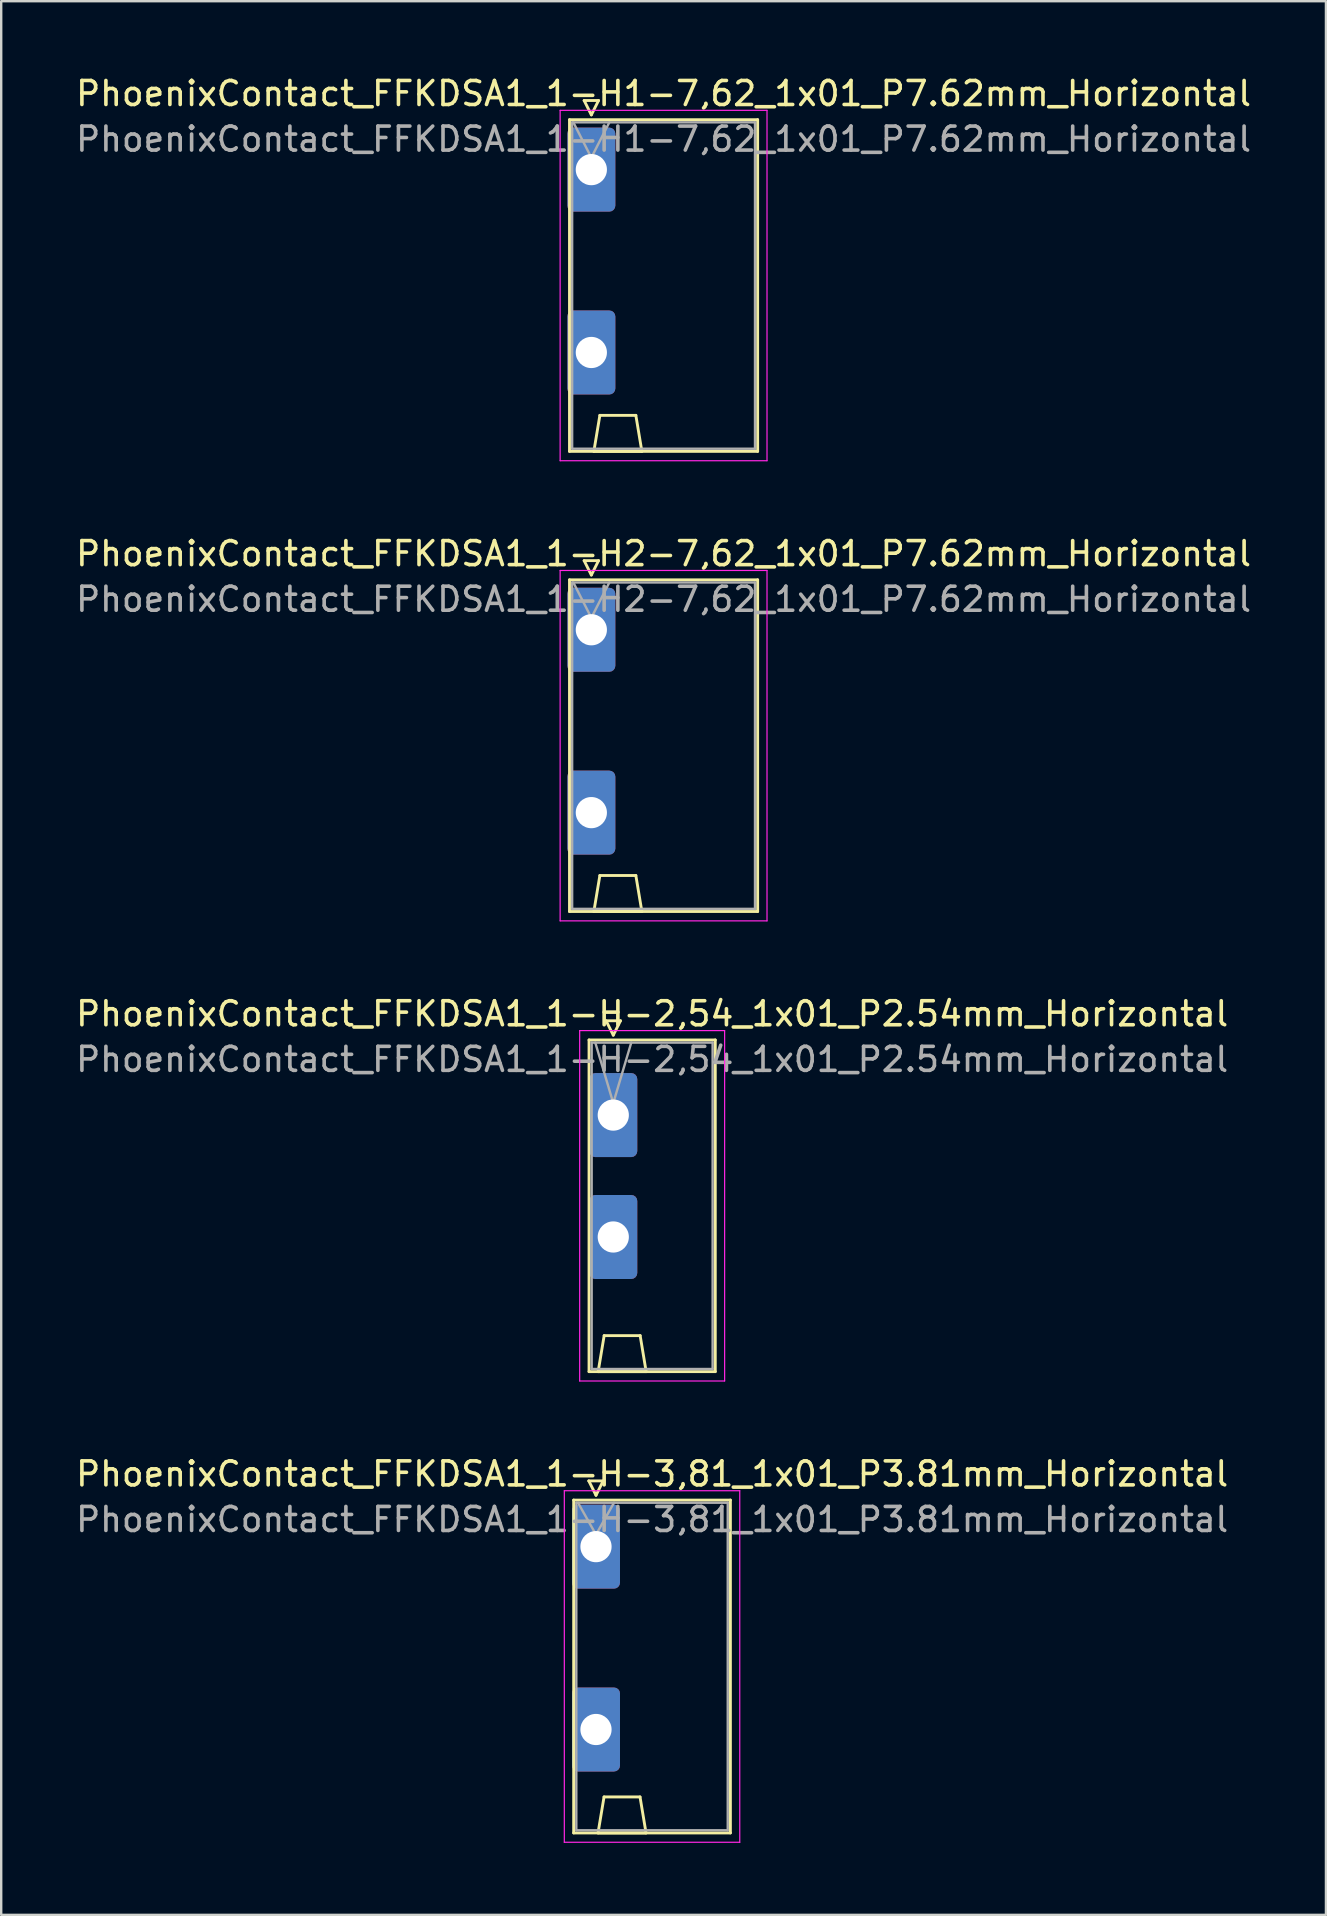
<source format=kicad_pcb>
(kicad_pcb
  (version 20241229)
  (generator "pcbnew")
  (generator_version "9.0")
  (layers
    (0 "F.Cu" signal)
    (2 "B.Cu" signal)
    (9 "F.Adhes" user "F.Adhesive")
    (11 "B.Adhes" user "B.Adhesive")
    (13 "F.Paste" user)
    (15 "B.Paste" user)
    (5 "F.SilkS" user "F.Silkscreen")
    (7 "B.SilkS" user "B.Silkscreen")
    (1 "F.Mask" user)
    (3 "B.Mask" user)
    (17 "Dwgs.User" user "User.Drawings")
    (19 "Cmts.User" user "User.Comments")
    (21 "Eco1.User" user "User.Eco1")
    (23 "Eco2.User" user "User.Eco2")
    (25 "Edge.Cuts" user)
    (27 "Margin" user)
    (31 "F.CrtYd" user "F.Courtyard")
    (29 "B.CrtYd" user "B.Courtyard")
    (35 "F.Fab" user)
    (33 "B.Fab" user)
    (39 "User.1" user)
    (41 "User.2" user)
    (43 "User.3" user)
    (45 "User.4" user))
  (footprint "PhoenixContact_FFKDSA1_1-H2-7,62_1x01_P7.62mm_Horizontal"
    (layer "F.Cu")
    (at 21.591 23.192)
    (property "Reference" "PhoenixContact_FFKDSA1_1-H2-7,62_1x01_P7.62mm_Horizontal" (at 3.01 -3.17 0) (layer "F.SilkS") (effects (font (size 1 1) (thickness 0.15))))
    (attr through_hole)
    (fp_line (start -0.91 -2.08) (end -0.91 11.74) (stroke (width 0.12) (type solid)) (layer "F.SilkS"))
    (fp_line (start -0.91 11.74) (end 6.93 11.74) (stroke (width 0.12) (type solid)) (layer "F.SilkS"))
    (fp_line (start -0.3 -2.88) (end 0.3 -2.88) (stroke (width 0.12) (type solid)) (layer "F.SilkS"))
    (fp_line (start 0 -2.28) (end -0.3 -2.88) (stroke (width 0.12) (type solid)) (layer "F.SilkS"))
    (fp_line (start 0.105 11.74) (end 2.105 11.74) (stroke (width 0.12) (type solid)) (layer "F.SilkS"))
    (fp_line (start 0.3 -2.88) (end 0 -2.28) (stroke (width 0.12) (type solid)) (layer "F.SilkS"))
    (fp_line (start 0.355 10.24) (end 0.105 11.74) (stroke (width 0.12) (type solid)) (layer "F.SilkS"))
    (fp_line (start 1.855 10.24) (end 0.355 10.24) (stroke (width 0.12) (type solid)) (layer "F.SilkS"))
    (fp_line (start 2.105 11.74) (end 1.855 10.24) (stroke (width 0.12) (type solid)) (layer "F.SilkS"))
    (fp_line (start 6.93 -2.08) (end -0.91 -2.08) (stroke (width 0.12) (type solid)) (layer "F.SilkS"))
    (fp_line (start 6.93 11.74) (end 6.93 -2.08) (stroke (width 0.12) (type solid)) (layer "F.SilkS"))
    (fp_line (start -1.3 -2.47) (end -1.3 12.13) (stroke (width 0.05) (type solid)) (layer "F.CrtYd"))
    (fp_line (start -1.3 12.13) (end 7.32 12.13) (stroke (width 0.05) (type solid)) (layer "F.CrtYd"))
    (fp_line (start 7.32 -2.47) (end -1.3 -2.47) (stroke (width 0.05) (type solid)) (layer "F.CrtYd"))
    (fp_line (start 7.32 12.13) (end 7.32 -2.47) (stroke (width 0.05) (type solid)) (layer "F.CrtYd"))
    (fp_line (start -0.8 -1.97) (end -0.8 11.63) (stroke (width 0.1) (type solid)) (layer "F.Fab"))
    (fp_line (start -0.8 11.63) (end 6.82 11.63) (stroke (width 0.1) (type solid)) (layer "F.Fab"))
    (fp_line (start 0 -0.5) (end -0.75 -1.97) (stroke (width 0.1) (type solid)) (layer "F.Fab"))
    (fp_line (start 0.75 -1.97) (end 0 -0.5) (stroke (width 0.1) (type solid)) (layer "F.Fab"))
    (fp_line (start 6.82 -1.97) (end -0.8 -1.97) (stroke (width 0.1) (type solid)) (layer "F.Fab"))
    (fp_line (start 6.82 11.63) (end 6.82 -1.97) (stroke (width 0.1) (type solid)) (layer "F.Fab"))
    (fp_text user "${REFERENCE}" (at 3.01 -1.27 0) (layer "F.Fab") (effects (font (size 1 1) (thickness 0.15))))
    (pad "1" thru_hole roundrect (at 0 0) (size 2 3.5) (drill 1.3) (layers "*.Cu" "*.Mask") (roundrect_rratio 0.125))
    (pad "1" thru_hole roundrect (at 0 7.62) (size 2 3.5) (drill 1.3) (layers "*.Cu" "*.Mask") (roundrect_rratio 0.125)))
  (footprint "PhoenixContact_FFKDSA1_1-H-3,81_1x01_P3.81mm_Horizontal"
    (layer "F.Cu")
    (at 21.785 61.398)
    (property "Reference" "PhoenixContact_FFKDSA1_1-H-3,81_1x01_P3.81mm_Horizontal" (at 2.34 -3.03 0) (layer "F.SilkS") (effects (font (size 1 1) (thickness 0.15))))
    (attr through_hole)
    (fp_line (start -0.93 -1.94) (end -0.93 11.93) (stroke (width 0.12) (type solid)) (layer "F.SilkS"))
    (fp_line (start -0.93 11.93) (end 5.6 11.93) (stroke (width 0.12) (type solid)) (layer "F.SilkS"))
    (fp_line (start -0.3 -2.74) (end 0.3 -2.74) (stroke (width 0.12) (type solid)) (layer "F.SilkS"))
    (fp_line (start 0 -2.14) (end -0.3 -2.74) (stroke (width 0.12) (type solid)) (layer "F.SilkS"))
    (fp_line (start 0.085 11.93) (end 2.085 11.93) (stroke (width 0.12) (type solid)) (layer "F.SilkS"))
    (fp_line (start 0.3 -2.74) (end 0 -2.14) (stroke (width 0.12) (type solid)) (layer "F.SilkS"))
    (fp_line (start 0.335 10.43) (end 0.085 11.93) (stroke (width 0.12) (type solid)) (layer "F.SilkS"))
    (fp_line (start 1.835 10.43) (end 0.335 10.43) (stroke (width 0.12) (type solid)) (layer "F.SilkS"))
    (fp_line (start 2.085 11.93) (end 1.835 10.43) (stroke (width 0.12) (type solid)) (layer "F.SilkS"))
    (fp_line (start 5.6 -1.94) (end -0.93 -1.94) (stroke (width 0.12) (type solid)) (layer "F.SilkS"))
    (fp_line (start 5.6 11.93) (end 5.6 -1.94) (stroke (width 0.12) (type solid)) (layer "F.SilkS"))
    (fp_line (start -1.32 -2.33) (end -1.32 12.32) (stroke (width 0.05) (type solid)) (layer "F.CrtYd"))
    (fp_line (start -1.32 12.32) (end 5.99 12.32) (stroke (width 0.05) (type solid)) (layer "F.CrtYd"))
    (fp_line (start 5.99 -2.33) (end -1.32 -2.33) (stroke (width 0.05) (type solid)) (layer "F.CrtYd"))
    (fp_line (start 5.99 12.32) (end 5.99 -2.33) (stroke (width 0.05) (type solid)) (layer "F.CrtYd"))
    (fp_line (start -0.82 -1.83) (end -0.82 11.82) (stroke (width 0.1) (type solid)) (layer "F.Fab"))
    (fp_line (start -0.82 11.82) (end 5.49 11.82) (stroke (width 0.1) (type solid)) (layer "F.Fab"))
    (fp_line (start 0 -0.5) (end -0.75 -1.83) (stroke (width 0.1) (type solid)) (layer "F.Fab"))
    (fp_line (start 0.75 -1.83) (end 0 -0.5) (stroke (width 0.1) (type solid)) (layer "F.Fab"))
    (fp_line (start 5.49 -1.83) (end -0.82 -1.83) (stroke (width 0.1) (type solid)) (layer "F.Fab"))
    (fp_line (start 5.49 11.82) (end 5.49 -1.83) (stroke (width 0.1) (type solid)) (layer "F.Fab"))
    (fp_text user "${REFERENCE}" (at 2.34 -1.13 0) (layer "F.Fab") (effects (font (size 1 1) (thickness 0.15))))
    (pad "1" thru_hole roundrect (at 0 0) (size 2 3.5) (drill 1.3) (layers "*.Cu" "*.Mask") (roundrect_rratio 0.125))
    (pad "1" thru_hole roundrect (at 0 7.62) (size 2 3.5) (drill 1.3) (layers "*.Cu" "*.Mask") (roundrect_rratio 0.125)))
  (footprint "PhoenixContact_FFKDSA1_1-H1-7,62_1x01_P7.62mm_Horizontal"
    (layer "F.Cu")
    (at 21.591 4.018)
    (property "Reference" "PhoenixContact_FFKDSA1_1-H1-7,62_1x01_P7.62mm_Horizontal" (at 3.01 -3.17 0) (layer "F.SilkS") (effects (font (size 1 1) (thickness 0.15))))
    (attr through_hole)
    (fp_line (start -0.91 -2.08) (end -0.91 11.74) (stroke (width 0.12) (type solid)) (layer "F.SilkS"))
    (fp_line (start -0.91 11.74) (end 6.93 11.74) (stroke (width 0.12) (type solid)) (layer "F.SilkS"))
    (fp_line (start -0.3 -2.88) (end 0.3 -2.88) (stroke (width 0.12) (type solid)) (layer "F.SilkS"))
    (fp_line (start 0 -2.28) (end -0.3 -2.88) (stroke (width 0.12) (type solid)) (layer "F.SilkS"))
    (fp_line (start 0.105 11.74) (end 2.105 11.74) (stroke (width 0.12) (type solid)) (layer "F.SilkS"))
    (fp_line (start 0.3 -2.88) (end 0 -2.28) (stroke (width 0.12) (type solid)) (layer "F.SilkS"))
    (fp_line (start 0.355 10.24) (end 0.105 11.74) (stroke (width 0.12) (type solid)) (layer "F.SilkS"))
    (fp_line (start 1.855 10.24) (end 0.355 10.24) (stroke (width 0.12) (type solid)) (layer "F.SilkS"))
    (fp_line (start 2.105 11.74) (end 1.855 10.24) (stroke (width 0.12) (type solid)) (layer "F.SilkS"))
    (fp_line (start 6.93 -2.08) (end -0.91 -2.08) (stroke (width 0.12) (type solid)) (layer "F.SilkS"))
    (fp_line (start 6.93 11.74) (end 6.93 -2.08) (stroke (width 0.12) (type solid)) (layer "F.SilkS"))
    (fp_line (start -1.3 -2.47) (end -1.3 12.13) (stroke (width 0.05) (type solid)) (layer "F.CrtYd"))
    (fp_line (start -1.3 12.13) (end 7.32 12.13) (stroke (width 0.05) (type solid)) (layer "F.CrtYd"))
    (fp_line (start 7.32 -2.47) (end -1.3 -2.47) (stroke (width 0.05) (type solid)) (layer "F.CrtYd"))
    (fp_line (start 7.32 12.13) (end 7.32 -2.47) (stroke (width 0.05) (type solid)) (layer "F.CrtYd"))
    (fp_line (start -0.8 -1.97) (end -0.8 11.63) (stroke (width 0.1) (type solid)) (layer "F.Fab"))
    (fp_line (start -0.8 11.63) (end 6.82 11.63) (stroke (width 0.1) (type solid)) (layer "F.Fab"))
    (fp_line (start 0 -0.5) (end -0.75 -1.97) (stroke (width 0.1) (type solid)) (layer "F.Fab"))
    (fp_line (start 0.75 -1.97) (end 0 -0.5) (stroke (width 0.1) (type solid)) (layer "F.Fab"))
    (fp_line (start 6.82 -1.97) (end -0.8 -1.97) (stroke (width 0.1) (type solid)) (layer "F.Fab"))
    (fp_line (start 6.82 11.63) (end 6.82 -1.97) (stroke (width 0.1) (type solid)) (layer "F.Fab"))
    (fp_text user "${REFERENCE}" (at 3.01 -1.27 0) (layer "F.Fab") (effects (font (size 1 1) (thickness 0.15))))
    (pad "1" thru_hole roundrect (at 0 0) (size 2 3.5) (drill 1.3) (layers "*.Cu" "*.Mask") (roundrect_rratio 0.125))
    (pad "1" thru_hole roundrect (at 0 7.62) (size 2 3.5) (drill 1.3) (layers "*.Cu" "*.Mask") (roundrect_rratio 0.125)))
  (footprint "PhoenixContact_FFKDSA1_1-H-2,54_1x01_P2.54mm_Horizontal"
    (layer "F.Cu")
    (at 22.505 43.415)
    (property "Reference" "PhoenixContact_FFKDSA1_1-H-2,54_1x01_P2.54mm_Horizontal" (at 1.62 -4.22 0) (layer "F.SilkS") (effects (font (size 1 1) (thickness 0.15))))
    (attr through_hole)
    (fp_line (start -1.01 -3.13) (end -1.01 10.69) (stroke (width 0.12) (type solid)) (layer "F.SilkS"))
    (fp_line (start -1.01 10.69) (end 4.25 10.69) (stroke (width 0.12) (type solid)) (layer "F.SilkS"))
    (fp_line (start -0.63 10.69) (end 1.37 10.69) (stroke (width 0.12) (type solid)) (layer "F.SilkS"))
    (fp_line (start -0.38 9.19) (end -0.63 10.69) (stroke (width 0.12) (type solid)) (layer "F.SilkS"))
    (fp_line (start -0.3 -3.93) (end 0.3 -3.93) (stroke (width 0.12) (type solid)) (layer "F.SilkS"))
    (fp_line (start 0 -3.33) (end -0.3 -3.93) (stroke (width 0.12) (type solid)) (layer "F.SilkS"))
    (fp_line (start 0.3 -3.93) (end 0 -3.33) (stroke (width 0.12) (type solid)) (layer "F.SilkS"))
    (fp_line (start 1.12 9.19) (end -0.38 9.19) (stroke (width 0.12) (type solid)) (layer "F.SilkS"))
    (fp_line (start 1.37 10.69) (end 1.12 9.19) (stroke (width 0.12) (type solid)) (layer "F.SilkS"))
    (fp_line (start 4.25 -3.13) (end -1.01 -3.13) (stroke (width 0.12) (type solid)) (layer "F.SilkS"))
    (fp_line (start 4.25 10.69) (end 4.25 -3.13) (stroke (width 0.12) (type solid)) (layer "F.SilkS"))
    (fp_line (start -1.4 -3.52) (end -1.4 11.08) (stroke (width 0.05) (type solid)) (layer "F.CrtYd"))
    (fp_line (start -1.4 11.08) (end 4.64 11.08) (stroke (width 0.05) (type solid)) (layer "F.CrtYd"))
    (fp_line (start 4.64 -3.52) (end -1.4 -3.52) (stroke (width 0.05) (type solid)) (layer "F.CrtYd"))
    (fp_line (start 4.64 11.08) (end 4.64 -3.52) (stroke (width 0.05) (type solid)) (layer "F.CrtYd"))
    (fp_line (start -0.9 -3.02) (end -0.9 10.58) (stroke (width 0.1) (type solid)) (layer "F.Fab"))
    (fp_line (start -0.9 10.58) (end 4.14 10.58) (stroke (width 0.1) (type solid)) (layer "F.Fab"))
    (fp_line (start 0 -0.5) (end -0.75 -3.02) (stroke (width 0.1) (type solid)) (layer "F.Fab"))
    (fp_line (start 0.75 -3.02) (end 0 -0.5) (stroke (width 0.1) (type solid)) (layer "F.Fab"))
    (fp_line (start 4.14 -3.02) (end -0.9 -3.02) (stroke (width 0.1) (type solid)) (layer "F.Fab"))
    (fp_line (start 4.14 10.58) (end 4.14 -3.02) (stroke (width 0.1) (type solid)) (layer "F.Fab"))
    (fp_text user "${REFERENCE}" (at 1.62 -2.32 0) (layer "F.Fab") (effects (font (size 1 1) (thickness 0.15))))
    (pad "1" thru_hole roundrect (at 0 0) (size 2 3.5) (drill 1.3) (layers "*.Cu" "*.Mask") (roundrect_rratio 0.125))
    (pad "1" thru_hole roundrect (at 0 5.08) (size 2 3.5) (drill 1.3) (layers "*.Cu" "*.Mask") (roundrect_rratio 0.125)))
  (gr_rect
    (start -3 -3)
    (end 52.202 76.743)
    (stroke (width 0.1) (type default))
    (fill no)
    (layer "Edge.Cuts")))
</source>
